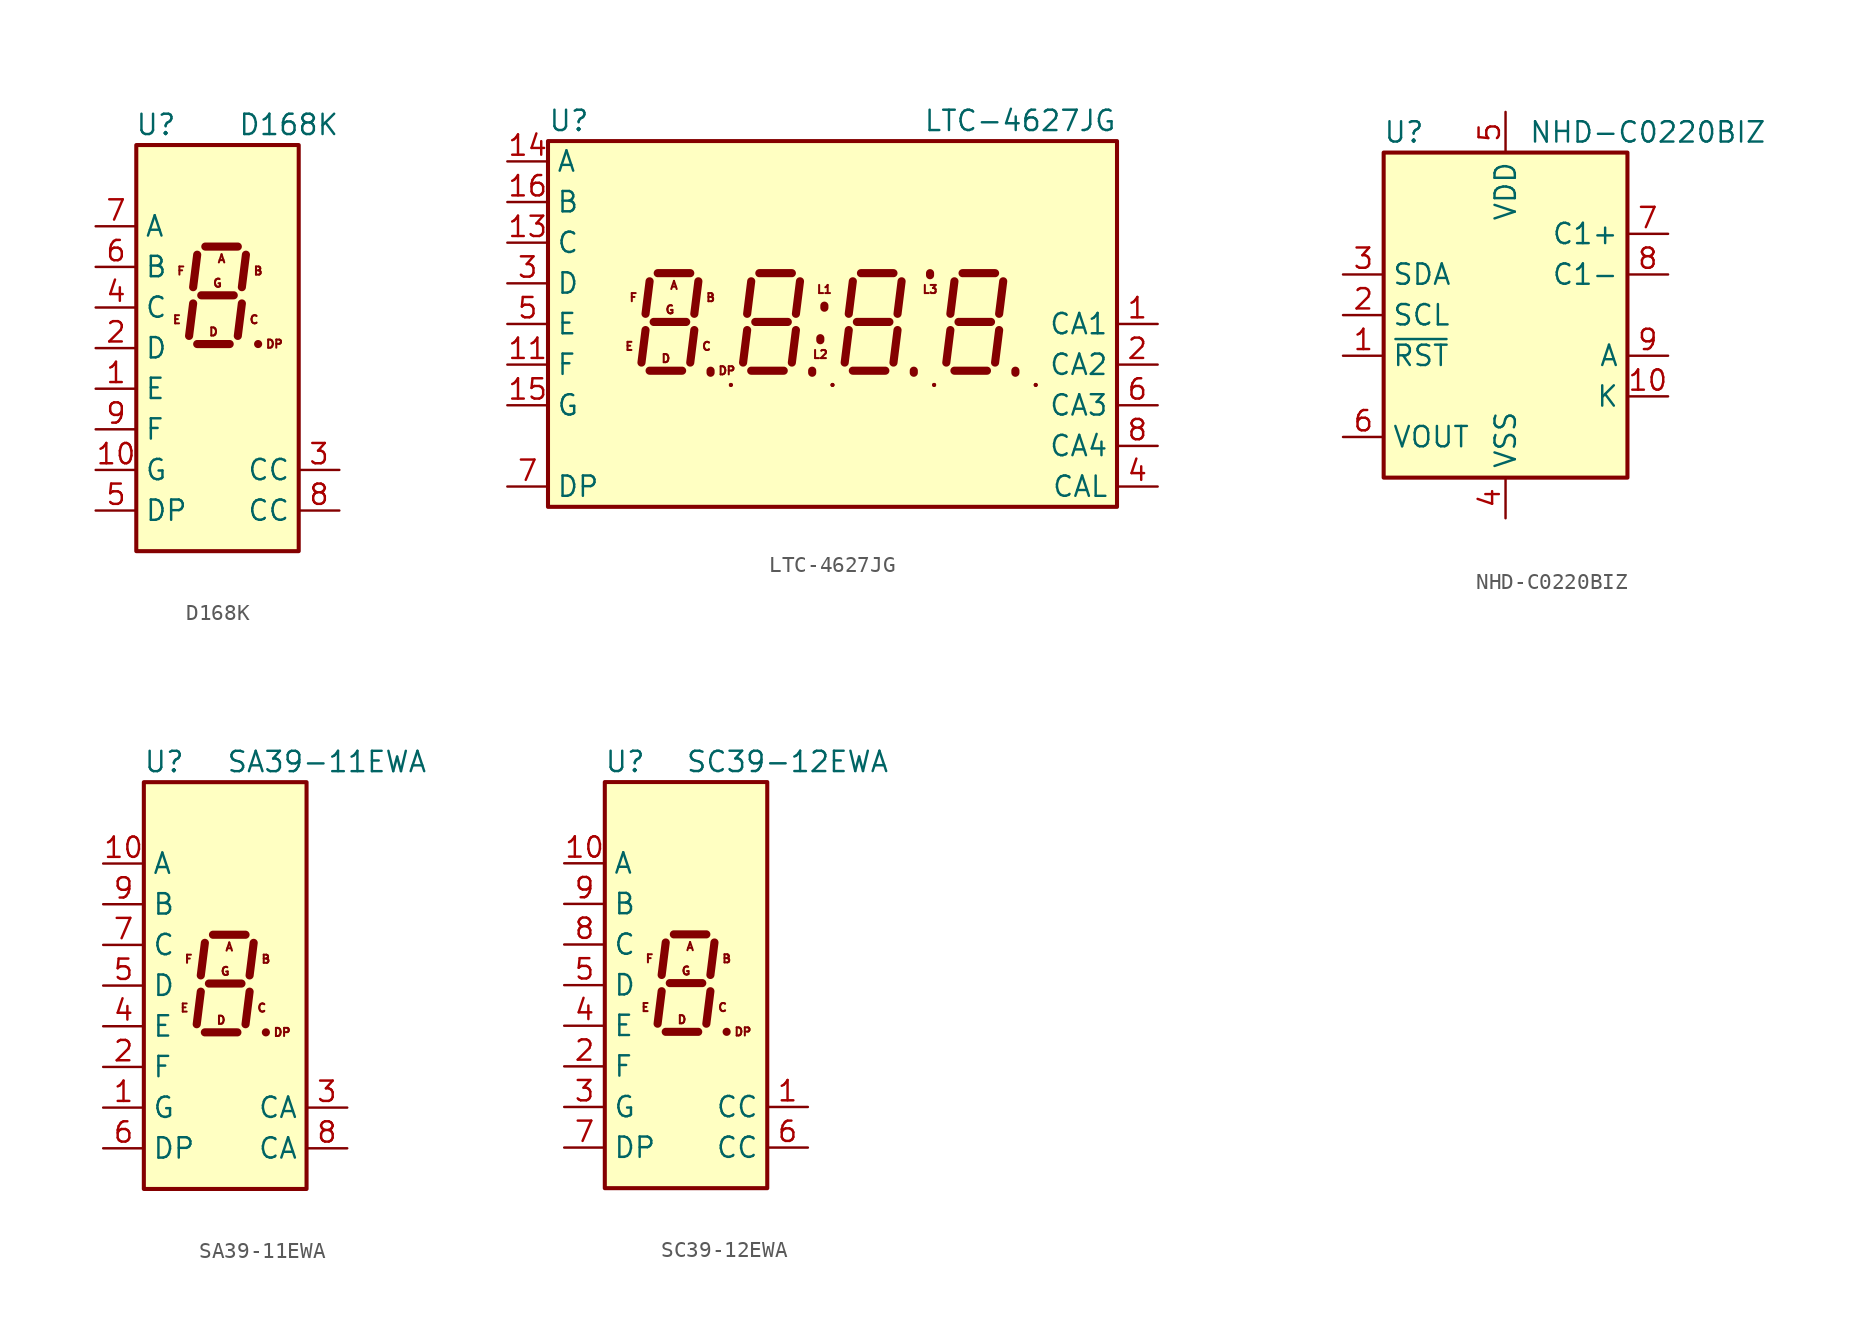
<source format=kicad_sym>
(kicad_symbol_lib
  (version 20201005)
  (generator kicad_symbol_editor)
  (symbol "D168K"
    (property "Reference" "U"
      (at -2.54 13.97 0)
      (effects (font (size 1.27 1.27)) (justify right)))
    (property "Value" "D168K"
      (at 1.27 13.97 0)
      (effects (font (size 1.27 1.27)) (justify left)))
    (symbol "D168K_0_0"
      (text "A" (at 0.254 5.588 0) (effects (font (size 0.508 0.508))))
      (text "B" (at 2.54 4.826 0) (effects (font (size 0.508 0.508))))
      (text "C" (at 2.286 1.778 0) (effects (font (size 0.508 0.508))))
      (text "D" (at -0.254 1.016 0) (effects (font (size 0.508 0.508))))
      (text "DP" (at 3.556 0.254 0) (effects (font (size 0.508 0.508))))
      (text "E" (at -2.54 1.778 0) (effects (font (size 0.508 0.508))))
      (text "F" (at -2.286 4.826 0) (effects (font (size 0.508 0.508))))
      (text "G" (at 0 4.064 0) (effects (font (size 0.508 0.508)))))
    (symbol "D168K_0_1"
      (rectangle (start -5.08 12.7) (end 5.08 -12.7) (stroke (width 0.254)) (fill (type background)))
      (polyline (pts (xy -1.524 2.794) (xy -1.778 0.762)) (stroke (width 0.508)) (fill (type none)))
      (polyline (pts (xy -1.27 0.254) (xy 0.762 0.254)) (stroke (width 0.508)) (fill (type none)))
      (polyline (pts (xy -1.27 5.842) (xy -1.524 3.81)) (stroke (width 0.508)) (fill (type none)))
      (polyline (pts (xy -1.016 3.302) (xy 1.016 3.302)) (stroke (width 0.508)) (fill (type none)))
      (polyline (pts (xy -0.762 6.35) (xy 1.27 6.35)) (stroke (width 0.508)) (fill (type none)))
      (polyline (pts (xy 1.524 2.794) (xy 1.27 0.762)) (stroke (width 0.508)) (fill (type none)))
      (polyline (pts (xy 1.778 5.842) (xy 1.524 3.81)) (stroke (width 0.508)) (fill (type none)))
      (polyline (pts (xy 2.54 0.254) (xy 2.54 0.254)) (stroke (width 0.508)) (fill (type none))))
    (symbol "D168K_1_1"
      (pin input line (at -7.62 -2.54 0) (length 2.54) (name "E" (effects (font (size 1.27 1.27)))) (number "1" (effects (font (size 1.27 1.27)))))
      (pin input line (at -7.62 -7.62 0) (length 2.54) (name "G" (effects (font (size 1.27 1.27)))) (number "10" (effects (font (size 1.27 1.27)))))
      (pin input line (at -7.62 0 0) (length 2.54) (name "D" (effects (font (size 1.27 1.27)))) (number "2" (effects (font (size 1.27 1.27)))))
      (pin input line (at 7.62 -7.62 180) (length 2.54) (name "CC" (effects (font (size 1.27 1.27)))) (number "3" (effects (font (size 1.27 1.27)))))
      (pin input line (at -7.62 2.54 0) (length 2.54) (name "C" (effects (font (size 1.27 1.27)))) (number "4" (effects (font (size 1.27 1.27)))))
      (pin input line (at -7.62 -10.16 0) (length 2.54) (name "DP" (effects (font (size 1.27 1.27)))) (number "5" (effects (font (size 1.27 1.27)))))
      (pin input line (at -7.62 5.08 0) (length 2.54) (name "B" (effects (font (size 1.27 1.27)))) (number "6" (effects (font (size 1.27 1.27)))))
      (pin input line (at -7.62 7.62 0) (length 2.54) (name "A" (effects (font (size 1.27 1.27)))) (number "7" (effects (font (size 1.27 1.27)))))
      (pin input line (at 7.62 -10.16 180) (length 2.54) (name "CC" (effects (font (size 1.27 1.27)))) (number "8" (effects (font (size 1.27 1.27)))))
      (pin input line (at -7.62 -5.08 0) (length 2.54) (name "F" (effects (font (size 1.27 1.27)))) (number "9" (effects (font (size 1.27 1.27)))))))
  (symbol "LTC-4627JG"
    (property "Reference" "U"
      (at -17.78 12.7 0)
      (effects (font (size 1.27 1.27)) (justify left)))
    (property "Value" "LTC-4627JG"
      (at 17.78 12.7 0)
      (effects (font (size 1.27 1.27)) (justify right)))
    (symbol "LTC-4627JG_0_1"
      (rectangle (start -6.35 -3.81) (end -6.35 -3.81) (stroke (width 0.254)) (fill (type none)))
      (rectangle (start 0 -3.81) (end 0 -3.81) (stroke (width 0.254)) (fill (type none)))
      (rectangle (start 6.35 -3.81) (end 6.35 -3.81) (stroke (width 0.254)) (fill (type none)))
      (rectangle (start 12.7 -3.81) (end 12.7 -3.81) (stroke (width 0.254)) (fill (type none)))
      (rectangle (start -17.78 -11.43) (end 17.78 11.43) (stroke (width 0.254)) (fill (type background)))
      (polyline (pts (xy -6.35 -3.81) (xy -6.35 -3.81)) (stroke (width 0.254)) (fill (type none)))
      (polyline (pts (xy 0 -3.81) (xy 0 -3.81)) (stroke (width 0.254)) (fill (type none)))
      (polyline (pts (xy 6.35 -3.81) (xy 6.35 -3.81)) (stroke (width 0.254)) (fill (type none)))
      (polyline (pts (xy 12.7 -3.81) (xy 12.7 -3.81)) (stroke (width 0.254)) (fill (type none))))
    (symbol "LTC-4627JG_1_0"
      (text "A" (at -9.906 2.413 0) (effects (font (size 0.508 0.508))))
      (text "B" (at -7.62 1.651 0) (effects (font (size 0.508 0.508))))
      (text "C" (at -7.874 -1.397 0) (effects (font (size 0.508 0.508))))
      (text "D" (at -10.414 -2.159 0) (effects (font (size 0.508 0.508))))
      (text "DP" (at -6.604 -2.921 0) (effects (font (size 0.508 0.508))))
      (text "E" (at -12.7 -1.397 0) (effects (font (size 0.508 0.508))))
      (text "F" (at -12.446 1.651 0) (effects (font (size 0.508 0.508))))
      (text "G" (at -10.16 0.889 0) (effects (font (size 0.508 0.508))))
      (text "L1" (at -0.508 2.159 0) (effects (font (size 0.508 0.508))))
      (text "L2" (at -0.762 -1.905 0) (effects (font (size 0.508 0.508))))
      (text "L3" (at 6.096 2.159 0) (effects (font (size 0.508 0.508)))))
    (symbol "LTC-4627JG_1_1"
      (polyline (pts (xy -11.684 -0.381) (xy -11.938 -2.413)) (stroke (width 0.508)) (fill (type none)))
      (polyline (pts (xy -11.43 -2.921) (xy -9.398 -2.921)) (stroke (width 0.508)) (fill (type none)))
      (polyline (pts (xy -11.43 2.667) (xy -11.684 0.635)) (stroke (width 0.508)) (fill (type none)))
      (polyline (pts (xy -11.176 0.127) (xy -9.144 0.127)) (stroke (width 0.508)) (fill (type none)))
      (polyline (pts (xy -10.922 3.175) (xy -8.89 3.175)) (stroke (width 0.508)) (fill (type none)))
      (polyline (pts (xy -8.636 -0.381) (xy -8.89 -2.413)) (stroke (width 0.508)) (fill (type none)))
      (polyline (pts (xy -8.382 2.667) (xy -8.636 0.635)) (stroke (width 0.508)) (fill (type none)))
      (polyline (pts (xy -7.62 -3.048) (xy -7.62 -2.921)) (stroke (width 0.508)) (fill (type none)))
      (polyline (pts (xy -5.334 -0.381) (xy -5.588 -2.413)) (stroke (width 0.508)) (fill (type none)))
      (polyline (pts (xy -5.08 -2.921) (xy -3.048 -2.921)) (stroke (width 0.508)) (fill (type none)))
      (polyline (pts (xy -5.08 2.667) (xy -5.334 0.635)) (stroke (width 0.508)) (fill (type none)))
      (polyline (pts (xy -4.826 0.127) (xy -2.794 0.127)) (stroke (width 0.508)) (fill (type none)))
      (polyline (pts (xy -4.572 3.175) (xy -2.54 3.175)) (stroke (width 0.508)) (fill (type none)))
      (polyline (pts (xy -2.286 -0.381) (xy -2.54 -2.413)) (stroke (width 0.508)) (fill (type none)))
      (polyline (pts (xy -2.032 2.667) (xy -2.286 0.635)) (stroke (width 0.508)) (fill (type none)))
      (polyline (pts (xy -1.27 -3.048) (xy -1.27 -2.921)) (stroke (width 0.508)) (fill (type none)))
      (polyline (pts (xy -0.762 -1.016) (xy -0.762 -0.889)) (stroke (width 0.508)) (fill (type none)))
      (polyline (pts (xy -0.508 1.016) (xy -0.508 1.143)) (stroke (width 0.508)) (fill (type none)))
      (polyline (pts (xy 1.016 -0.381) (xy 0.762 -2.413)) (stroke (width 0.508)) (fill (type none)))
      (polyline (pts (xy 1.27 -2.921) (xy 3.302 -2.921)) (stroke (width 0.508)) (fill (type none)))
      (polyline (pts (xy 1.27 2.667) (xy 1.016 0.635)) (stroke (width 0.508)) (fill (type none)))
      (polyline (pts (xy 1.524 0.127) (xy 3.556 0.127)) (stroke (width 0.508)) (fill (type none)))
      (polyline (pts (xy 1.778 3.175) (xy 3.81 3.175)) (stroke (width 0.508)) (fill (type none)))
      (polyline (pts (xy 4.064 -0.381) (xy 3.81 -2.413)) (stroke (width 0.508)) (fill (type none)))
      (polyline (pts (xy 4.318 2.667) (xy 4.064 0.635)) (stroke (width 0.508)) (fill (type none)))
      (polyline (pts (xy 5.08 -3.048) (xy 5.08 -2.921)) (stroke (width 0.508)) (fill (type none)))
      (polyline (pts (xy 6.096 3.048) (xy 6.096 3.175)) (stroke (width 0.508)) (fill (type none)))
      (polyline (pts (xy 7.366 -0.381) (xy 7.112 -2.413)) (stroke (width 0.508)) (fill (type none)))
      (polyline (pts (xy 7.62 -2.921) (xy 9.652 -2.921)) (stroke (width 0.508)) (fill (type none)))
      (polyline (pts (xy 7.62 2.667) (xy 7.366 0.635)) (stroke (width 0.508)) (fill (type none)))
      (polyline (pts (xy 7.874 0.127) (xy 9.906 0.127)) (stroke (width 0.508)) (fill (type none)))
      (polyline (pts (xy 8.128 3.175) (xy 10.16 3.175)) (stroke (width 0.508)) (fill (type none)))
      (polyline (pts (xy 10.414 -0.381) (xy 10.16 -2.413)) (stroke (width 0.508)) (fill (type none)))
      (polyline (pts (xy 10.668 2.667) (xy 10.414 0.635)) (stroke (width 0.508)) (fill (type none)))
      (polyline (pts (xy 11.43 -3.048) (xy 11.43 -2.921)) (stroke (width 0.508)) (fill (type none)))
      (pin input line (at 20.32 0 180) (length 2.54) (name "CA1" (effects (font (size 1.27 1.27)))) (number "1" (effects (font (size 1.27 1.27)))))
      (pin input line (at -20.32 -2.54 0) (length 2.54) (name "F" (effects (font (size 1.27 1.27)))) (number "11" (effects (font (size 1.27 1.27)))))
      (pin input line (at -20.32 5.08 0) (length 2.54) (name "C" (effects (font (size 1.27 1.27)))) (number "13" (effects (font (size 1.27 1.27)))))
      (pin input line (at -20.32 10.16 0) (length 2.54) (name "A" (effects (font (size 1.27 1.27)))) (number "14" (effects (font (size 1.27 1.27)))))
      (pin input line (at -20.32 -5.08 0) (length 2.54) (name "G" (effects (font (size 1.27 1.27)))) (number "15" (effects (font (size 1.27 1.27)))))
      (pin input line (at -20.32 7.62 0) (length 2.54) (name "B" (effects (font (size 1.27 1.27)))) (number "16" (effects (font (size 1.27 1.27)))))
      (pin input line (at 20.32 -2.54 180) (length 2.54) (name "CA2" (effects (font (size 1.27 1.27)))) (number "2" (effects (font (size 1.27 1.27)))))
      (pin input line (at -20.32 2.54 0) (length 2.54) (name "D" (effects (font (size 1.27 1.27)))) (number "3" (effects (font (size 1.27 1.27)))))
      (pin input line (at 20.32 -10.16 180) (length 2.54) (name "CAL" (effects (font (size 1.27 1.27)))) (number "4" (effects (font (size 1.27 1.27)))))
      (pin input line (at -20.32 0 0) (length 2.54) (name "E" (effects (font (size 1.27 1.27)))) (number "5" (effects (font (size 1.27 1.27)))))
      (pin input line (at 20.32 -5.08 180) (length 2.54) (name "CA3" (effects (font (size 1.27 1.27)))) (number "6" (effects (font (size 1.27 1.27)))))
      (pin input line (at -20.32 -10.16 0) (length 2.54) (name "DP" (effects (font (size 1.27 1.27)))) (number "7" (effects (font (size 1.27 1.27)))))
      (pin input line (at 20.32 -7.62 180) (length 2.54) (name "CA4" (effects (font (size 1.27 1.27)))) (number "8" (effects (font (size 1.27 1.27)))))
      (pin no_connect line (at 17.78 7.62 180) (length 2.54) hide (name "NC" (effects (font (size 1.27 1.27)))) (number "9" (effects (font (size 1.27 1.27)))))))
  (symbol "NHD-C0220BIZ"
    (property "Reference" "U"
      (at -6.35 11.43 0)
      (effects (font (size 1.27 1.27))))
    (property "Value" "NHD-C0220BIZ"
      (at 8.89 11.43 0)
      (effects (font (size 1.27 1.27))))
    (symbol "NHD-C0220BIZ_0_1"
      (rectangle (start -7.62 10.16) (end 7.62 -10.16) (stroke (width 0.254)) (fill (type background))))
    (symbol "NHD-C0220BIZ_1_1"
      (pin input line (at -10.16 -2.54 0) (length 2.54) (name "~RST" (effects (font (size 1.27 1.27)))) (number "1" (effects (font (size 1.27 1.27)))))
      (pin passive line (at 10.16 -5.08 180) (length 2.54) (name "K" (effects (font (size 1.27 1.27)))) (number "10" (effects (font (size 1.27 1.27)))))
      (pin input line (at -10.16 0 0) (length 2.54) (name "SCL" (effects (font (size 1.27 1.27)))) (number "2" (effects (font (size 1.27 1.27)))))
      (pin bidirectional line (at -10.16 2.54 0) (length 2.54) (name "SDA" (effects (font (size 1.27 1.27)))) (number "3" (effects (font (size 1.27 1.27)))))
      (pin power_in line (at 0 -12.7 90) (length 2.54) (name "VSS" (effects (font (size 1.27 1.27)))) (number "4" (effects (font (size 1.27 1.27)))))
      (pin power_in line (at 0 12.7 270) (length 2.54) (name "VDD" (effects (font (size 1.27 1.27)))) (number "5" (effects (font (size 1.27 1.27)))))
      (pin passive line (at -10.16 -7.62 0) (length 2.54) (name "VOUT" (effects (font (size 1.27 1.27)))) (number "6" (effects (font (size 1.27 1.27)))))
      (pin passive line (at 10.16 5.08 180) (length 2.54) (name "C1+" (effects (font (size 1.27 1.27)))) (number "7" (effects (font (size 1.27 1.27)))))
      (pin passive line (at 10.16 2.54 180) (length 2.54) (name "C1-" (effects (font (size 1.27 1.27)))) (number "8" (effects (font (size 1.27 1.27)))))
      (pin passive line (at 10.16 -2.54 180) (length 2.54) (name "A" (effects (font (size 1.27 1.27)))) (number "9" (effects (font (size 1.27 1.27)))))))
  (symbol "SA39-11EWA"
    (property "Reference" "U"
      (at -3.81 13.97 0)
      (effects (font (size 1.27 1.27))))
    (property "Value" "SA39-11EWA"
      (at 6.35 13.97 0)
      (effects (font (size 1.27 1.27))))
    (symbol "SA39-11EWA_1_0"
      (text "A" (at 0.254 2.413 0) (effects (font (size 0.508 0.508))))
      (text "B" (at 2.54 1.651 0) (effects (font (size 0.508 0.508))))
      (text "C" (at 2.286 -1.397 0) (effects (font (size 0.508 0.508))))
      (text "D" (at -0.254 -2.159 0) (effects (font (size 0.508 0.508))))
      (text "DP" (at 3.556 -2.921 0) (effects (font (size 0.508 0.508))))
      (text "E" (at -2.54 -1.397 0) (effects (font (size 0.508 0.508))))
      (text "F" (at -2.286 1.651 0) (effects (font (size 0.508 0.508))))
      (text "G" (at 0 0.889 0) (effects (font (size 0.508 0.508)))))
    (symbol "SA39-11EWA_1_1"
      (rectangle (start -5.08 12.7) (end 5.08 -12.7) (stroke (width 0.254)) (fill (type background)))
      (polyline (pts (xy -1.524 -0.381) (xy -1.778 -2.413)) (stroke (width 0.508)) (fill (type none)))
      (polyline (pts (xy -1.27 -2.921) (xy 0.762 -2.921)) (stroke (width 0.508)) (fill (type none)))
      (polyline (pts (xy -1.27 2.667) (xy -1.524 0.635)) (stroke (width 0.508)) (fill (type none)))
      (polyline (pts (xy -1.016 0.127) (xy 1.016 0.127)) (stroke (width 0.508)) (fill (type none)))
      (polyline (pts (xy -0.762 3.175) (xy 1.27 3.175)) (stroke (width 0.508)) (fill (type none)))
      (polyline (pts (xy 1.524 -0.381) (xy 1.27 -2.413)) (stroke (width 0.508)) (fill (type none)))
      (polyline (pts (xy 1.778 2.667) (xy 1.524 0.635)) (stroke (width 0.508)) (fill (type none)))
      (polyline (pts (xy 2.54 -2.921) (xy 2.54 -2.921)) (stroke (width 0.508)) (fill (type none)))
      (pin input line (at -7.62 -7.62 0) (length 2.54) (name "G" (effects (font (size 1.27 1.27)))) (number "1" (effects (font (size 1.27 1.27)))))
      (pin input line (at -7.62 7.62 0) (length 2.54) (name "A" (effects (font (size 1.27 1.27)))) (number "10" (effects (font (size 1.27 1.27)))))
      (pin input line (at -7.62 -5.08 0) (length 2.54) (name "F" (effects (font (size 1.27 1.27)))) (number "2" (effects (font (size 1.27 1.27)))))
      (pin input line (at 7.62 -7.62 180) (length 2.54) (name "CA" (effects (font (size 1.27 1.27)))) (number "3" (effects (font (size 1.27 1.27)))))
      (pin input line (at -7.62 -2.54 0) (length 2.54) (name "E" (effects (font (size 1.27 1.27)))) (number "4" (effects (font (size 1.27 1.27)))))
      (pin input line (at -7.62 0 0) (length 2.54) (name "D" (effects (font (size 1.27 1.27)))) (number "5" (effects (font (size 1.27 1.27)))))
      (pin input line (at -7.62 -10.16 0) (length 2.54) (name "DP" (effects (font (size 1.27 1.27)))) (number "6" (effects (font (size 1.27 1.27)))))
      (pin input line (at -7.62 2.54 0) (length 2.54) (name "C" (effects (font (size 1.27 1.27)))) (number "7" (effects (font (size 1.27 1.27)))))
      (pin input line (at 7.62 -10.16 180) (length 2.54) (name "CA" (effects (font (size 1.27 1.27)))) (number "8" (effects (font (size 1.27 1.27)))))
      (pin input line (at -7.62 5.08 0) (length 2.54) (name "B" (effects (font (size 1.27 1.27)))) (number "9" (effects (font (size 1.27 1.27)))))))
  (symbol "SC39-12EWA"
    (property "Reference" "U"
      (at -3.81 13.97 0)
      (effects (font (size 1.27 1.27))))
    (property "Value" "SC39-12EWA"
      (at 6.35 13.97 0)
      (effects (font (size 1.27 1.27))))
    (symbol "SC39-12EWA_1_0"
      (text "A" (at 0.254 2.413 0) (effects (font (size 0.508 0.508))))
      (text "B" (at 2.54 1.651 0) (effects (font (size 0.508 0.508))))
      (text "C" (at 2.286 -1.397 0) (effects (font (size 0.508 0.508))))
      (text "D" (at -0.254 -2.159 0) (effects (font (size 0.508 0.508))))
      (text "DP" (at 3.556 -2.921 0) (effects (font (size 0.508 0.508))))
      (text "E" (at -2.54 -1.397 0) (effects (font (size 0.508 0.508))))
      (text "F" (at -2.286 1.651 0) (effects (font (size 0.508 0.508))))
      (text "G" (at 0 0.889 0) (effects (font (size 0.508 0.508)))))
    (symbol "SC39-12EWA_1_1"
      (rectangle (start -5.08 12.7) (end 5.08 -12.7) (stroke (width 0.254)) (fill (type background)))
      (polyline (pts (xy -1.524 -0.381) (xy -1.778 -2.413)) (stroke (width 0.508)) (fill (type none)))
      (polyline (pts (xy -1.27 -2.921) (xy 0.762 -2.921)) (stroke (width 0.508)) (fill (type none)))
      (polyline (pts (xy -1.27 2.667) (xy -1.524 0.635)) (stroke (width 0.508)) (fill (type none)))
      (polyline (pts (xy -1.016 0.127) (xy 1.016 0.127)) (stroke (width 0.508)) (fill (type none)))
      (polyline (pts (xy -0.762 3.175) (xy 1.27 3.175)) (stroke (width 0.508)) (fill (type none)))
      (polyline (pts (xy 1.524 -0.381) (xy 1.27 -2.413)) (stroke (width 0.508)) (fill (type none)))
      (polyline (pts (xy 1.778 2.667) (xy 1.524 0.635)) (stroke (width 0.508)) (fill (type none)))
      (polyline (pts (xy 2.54 -2.921) (xy 2.54 -2.921)) (stroke (width 0.508)) (fill (type none)))
      (pin input line (at 7.62 -7.62 180) (length 2.54) (name "CC" (effects (font (size 1.27 1.27)))) (number "1" (effects (font (size 1.27 1.27)))))
      (pin input line (at -7.62 7.62 0) (length 2.54) (name "A" (effects (font (size 1.27 1.27)))) (number "10" (effects (font (size 1.27 1.27)))))
      (pin input line (at -7.62 -5.08 0) (length 2.54) (name "F" (effects (font (size 1.27 1.27)))) (number "2" (effects (font (size 1.27 1.27)))))
      (pin input line (at -7.62 -7.62 0) (length 2.54) (name "G" (effects (font (size 1.27 1.27)))) (number "3" (effects (font (size 1.27 1.27)))))
      (pin input line (at -7.62 -2.54 0) (length 2.54) (name "E" (effects (font (size 1.27 1.27)))) (number "4" (effects (font (size 1.27 1.27)))))
      (pin input line (at -7.62 0 0) (length 2.54) (name "D" (effects (font (size 1.27 1.27)))) (number "5" (effects (font (size 1.27 1.27)))))
      (pin input line (at 7.62 -10.16 180) (length 2.54) (name "CC" (effects (font (size 1.27 1.27)))) (number "6" (effects (font (size 1.27 1.27)))))
      (pin input line (at -7.62 -10.16 0) (length 2.54) (name "DP" (effects (font (size 1.27 1.27)))) (number "7" (effects (font (size 1.27 1.27)))))
      (pin input line (at -7.62 2.54 0) (length 2.54) (name "C" (effects (font (size 1.27 1.27)))) (number "8" (effects (font (size 1.27 1.27)))))
      (pin input line (at -7.62 5.08 0) (length 2.54) (name "B" (effects (font (size 1.27 1.27)))) (number "9" (effects (font (size 1.27 1.27))))))))
</source>
